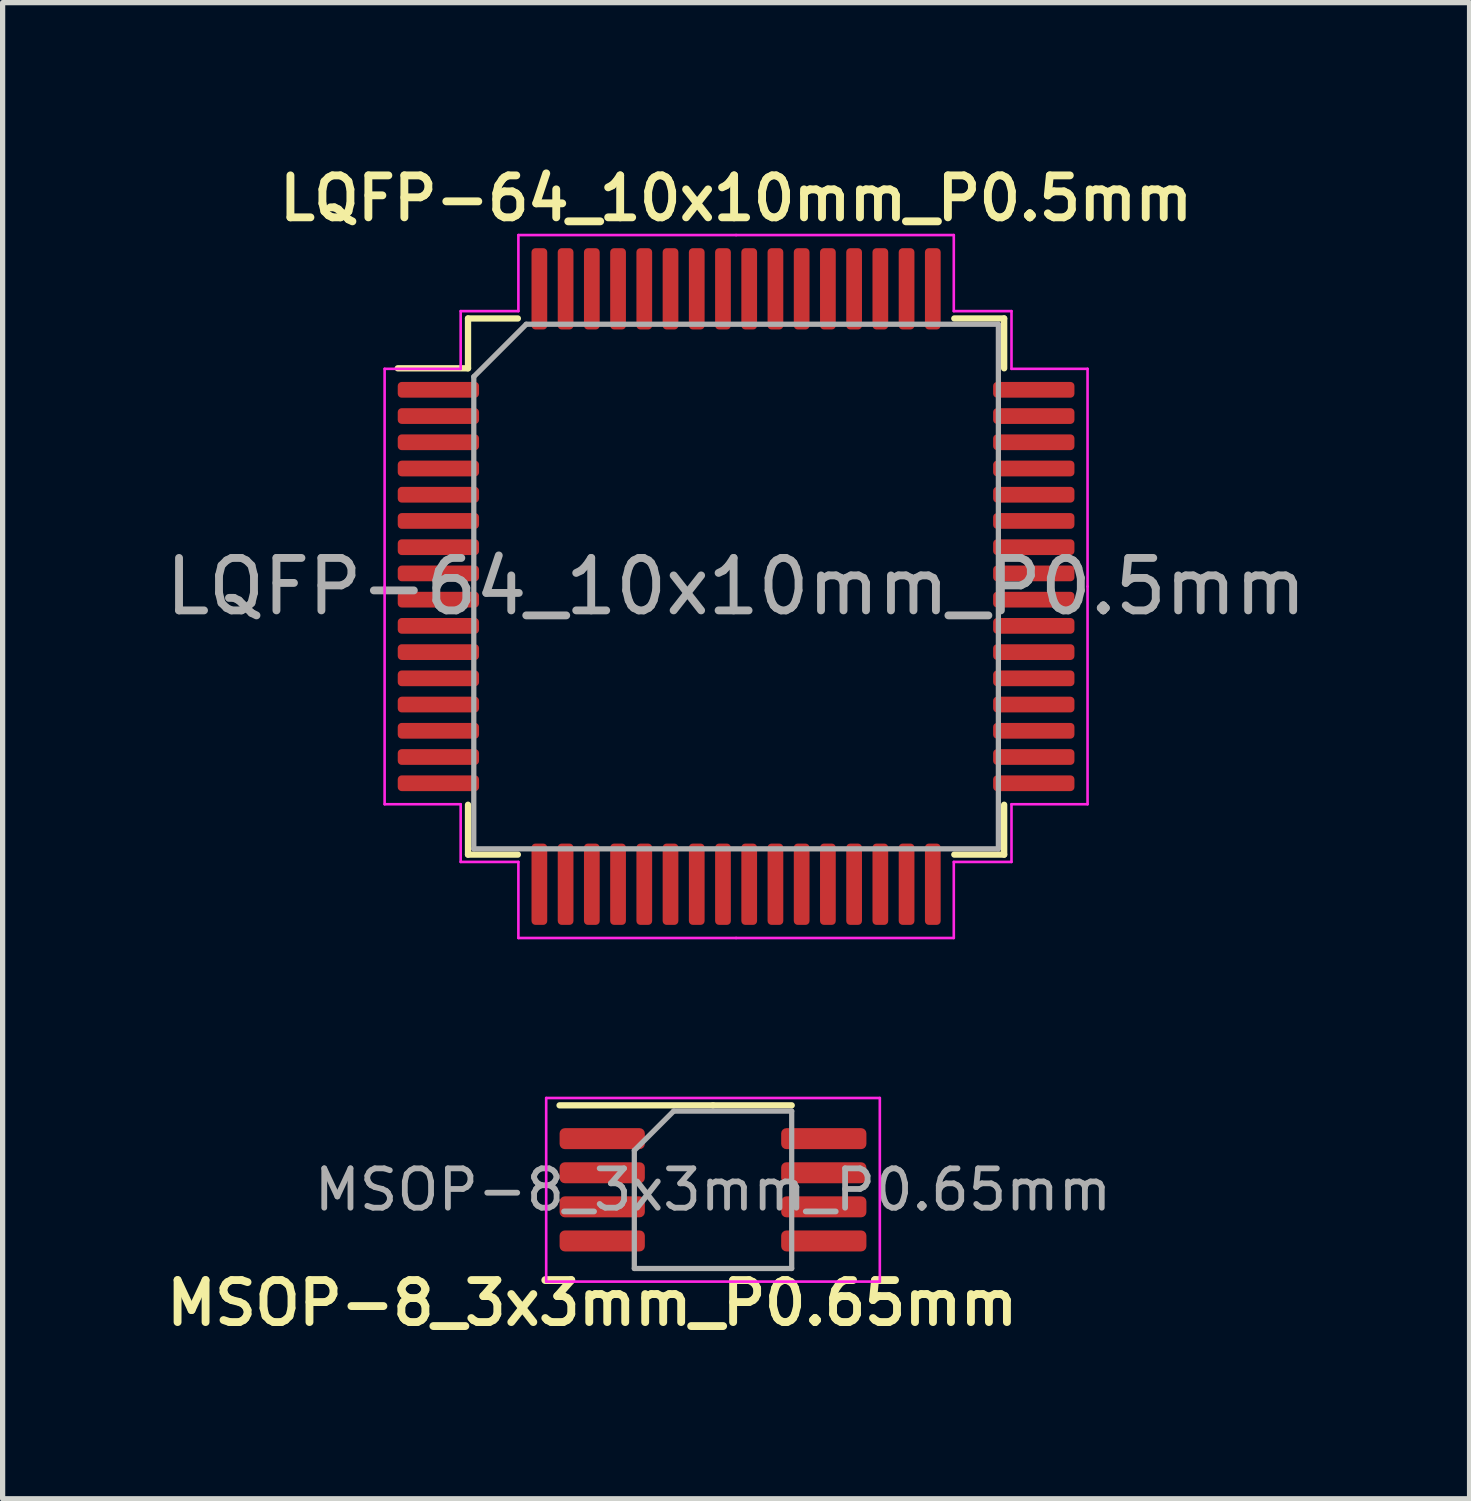
<source format=kicad_pcb>
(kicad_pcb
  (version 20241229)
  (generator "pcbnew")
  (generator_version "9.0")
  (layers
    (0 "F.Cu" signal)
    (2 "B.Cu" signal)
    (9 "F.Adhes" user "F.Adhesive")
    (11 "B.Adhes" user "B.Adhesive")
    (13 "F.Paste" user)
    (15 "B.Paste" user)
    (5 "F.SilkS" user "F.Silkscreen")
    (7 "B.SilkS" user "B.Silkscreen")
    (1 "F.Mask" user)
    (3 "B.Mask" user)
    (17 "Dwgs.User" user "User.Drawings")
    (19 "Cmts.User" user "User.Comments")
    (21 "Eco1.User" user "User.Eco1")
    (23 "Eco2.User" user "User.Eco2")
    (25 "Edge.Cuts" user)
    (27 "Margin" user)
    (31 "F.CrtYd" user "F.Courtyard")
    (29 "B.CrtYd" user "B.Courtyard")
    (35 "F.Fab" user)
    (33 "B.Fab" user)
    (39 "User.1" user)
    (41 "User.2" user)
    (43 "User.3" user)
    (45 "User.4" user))
  (footprint "MSOP-8_3x3mm_P0.65mm"
    (layer "F.Cu")
    (at 10.542 19.631)
    (property "Reference" "MSOP-8_3x3mm_P0.65mm" (at -2.302 2.159 0) (layer "F.SilkS") (effects (font (size 0.8 0.8) (thickness 0.15))))
    (attr smd)
    (fp_line (start 0 -1.61) (end -2.925 -1.61) (stroke (width 0.12) (type solid)) (layer "F.SilkS"))
    (fp_line (start 0 -1.61) (end 1.5 -1.61) (stroke (width 0.12) (type solid)) (layer "F.SilkS"))
    (fp_line (start -3.18 -1.75) (end -3.18 1.75) (stroke (width 0.05) (type solid)) (layer "F.CrtYd"))
    (fp_line (start -3.18 1.75) (end 3.18 1.75) (stroke (width 0.05) (type solid)) (layer "F.CrtYd"))
    (fp_line (start 3.18 -1.75) (end -3.18 -1.75) (stroke (width 0.05) (type solid)) (layer "F.CrtYd"))
    (fp_line (start 3.18 1.75) (end 3.18 -1.75) (stroke (width 0.05) (type solid)) (layer "F.CrtYd"))
    (fp_line (start -1.5 -0.75) (end -0.75 -1.5) (stroke (width 0.1) (type solid)) (layer "F.Fab"))
    (fp_line (start -1.5 1.5) (end -1.5 -0.75) (stroke (width 0.1) (type solid)) (layer "F.Fab"))
    (fp_line (start -0.75 -1.5) (end 1.5 -1.5) (stroke (width 0.1) (type solid)) (layer "F.Fab"))
    (fp_line (start 1.5 -1.5) (end 1.5 1.5) (stroke (width 0.1) (type solid)) (layer "F.Fab"))
    (fp_line (start 1.5 1.5) (end -1.5 1.5) (stroke (width 0.1) (type solid)) (layer "F.Fab"))
    (fp_text user "${REFERENCE}" (at 0 0 0) (layer "F.Fab") (effects (font (size 0.75 0.75) (thickness 0.11))))
    (pad "1" smd roundrect (at -2.112 -0.975) (size 1.625 0.4) (layers "F.Cu" "F.Mask" "F.Paste") (roundrect_rratio 0.25))
    (pad "2" smd roundrect (at -2.112 -0.325) (size 1.625 0.4) (layers "F.Cu" "F.Mask" "F.Paste") (roundrect_rratio 0.25))
    (pad "3" smd roundrect (at -2.112 0.325) (size 1.625 0.4) (layers "F.Cu" "F.Mask" "F.Paste") (roundrect_rratio 0.25))
    (pad "4" smd roundrect (at -2.112 0.975) (size 1.625 0.4) (layers "F.Cu" "F.Mask" "F.Paste") (roundrect_rratio 0.25))
    (pad "5" smd roundrect (at 2.112 0.975) (size 1.625 0.4) (layers "F.Cu" "F.Mask" "F.Paste") (roundrect_rratio 0.25))
    (pad "6" smd roundrect (at 2.112 0.325) (size 1.625 0.4) (layers "F.Cu" "F.Mask" "F.Paste") (roundrect_rratio 0.25))
    (pad "7" smd roundrect (at 2.112 -0.325) (size 1.625 0.4) (layers "F.Cu" "F.Mask" "F.Paste") (roundrect_rratio 0.25))
    (pad "8" smd roundrect (at 2.112 -0.975) (size 1.625 0.4) (layers "F.Cu" "F.Mask" "F.Paste") (roundrect_rratio 0.25)))
  (footprint "LQFP-64_10x10mm_P0.5mm"
    (layer "F.Cu")
    (at 10.982 8.131)
    (property "Reference" "LQFP-64_10x10mm_P0.5mm" (at 0 -7.4 0) (layer "F.SilkS") (effects (font (size 0.8 0.8) (thickness 0.15))))
    (attr smd)
    (fp_line (start -5.11 -5.11) (end -5.11 -4.16) (stroke (width 0.12) (type solid)) (layer "F.SilkS"))
    (fp_line (start -5.11 -4.16) (end -6.45 -4.16) (stroke (width 0.12) (type solid)) (layer "F.SilkS"))
    (fp_line (start -5.11 5.11) (end -5.11 4.16) (stroke (width 0.12) (type solid)) (layer "F.SilkS"))
    (fp_line (start -4.16 -5.11) (end -5.11 -5.11) (stroke (width 0.12) (type solid)) (layer "F.SilkS"))
    (fp_line (start -4.16 5.11) (end -5.11 5.11) (stroke (width 0.12) (type solid)) (layer "F.SilkS"))
    (fp_line (start 4.16 -5.11) (end 5.11 -5.11) (stroke (width 0.12) (type solid)) (layer "F.SilkS"))
    (fp_line (start 4.16 5.11) (end 5.11 5.11) (stroke (width 0.12) (type solid)) (layer "F.SilkS"))
    (fp_line (start 5.11 -5.11) (end 5.11 -4.16) (stroke (width 0.12) (type solid)) (layer "F.SilkS"))
    (fp_line (start 5.11 5.11) (end 5.11 4.16) (stroke (width 0.12) (type solid)) (layer "F.SilkS"))
    (fp_line (start -6.7 -4.15) (end -6.7 0) (stroke (width 0.05) (type solid)) (layer "F.CrtYd"))
    (fp_line (start -6.7 4.15) (end -6.7 0) (stroke (width 0.05) (type solid)) (layer "F.CrtYd"))
    (fp_line (start -5.25 -5.25) (end -5.25 -4.15) (stroke (width 0.05) (type solid)) (layer "F.CrtYd"))
    (fp_line (start -5.25 -4.15) (end -6.7 -4.15) (stroke (width 0.05) (type solid)) (layer "F.CrtYd"))
    (fp_line (start -5.25 4.15) (end -6.7 4.15) (stroke (width 0.05) (type solid)) (layer "F.CrtYd"))
    (fp_line (start -5.25 5.25) (end -5.25 4.15) (stroke (width 0.05) (type solid)) (layer "F.CrtYd"))
    (fp_line (start -4.15 -6.7) (end -4.15 -5.25) (stroke (width 0.05) (type solid)) (layer "F.CrtYd"))
    (fp_line (start -4.15 -5.25) (end -5.25 -5.25) (stroke (width 0.05) (type solid)) (layer "F.CrtYd"))
    (fp_line (start -4.15 5.25) (end -5.25 5.25) (stroke (width 0.05) (type solid)) (layer "F.CrtYd"))
    (fp_line (start -4.15 6.7) (end -4.15 5.25) (stroke (width 0.05) (type solid)) (layer "F.CrtYd"))
    (fp_line (start 0 -6.7) (end -4.15 -6.7) (stroke (width 0.05) (type solid)) (layer "F.CrtYd"))
    (fp_line (start 0 -6.7) (end 4.15 -6.7) (stroke (width 0.05) (type solid)) (layer "F.CrtYd"))
    (fp_line (start 0 6.7) (end -4.15 6.7) (stroke (width 0.05) (type solid)) (layer "F.CrtYd"))
    (fp_line (start 0 6.7) (end 4.15 6.7) (stroke (width 0.05) (type solid)) (layer "F.CrtYd"))
    (fp_line (start 4.15 -6.7) (end 4.15 -5.25) (stroke (width 0.05) (type solid)) (layer "F.CrtYd"))
    (fp_line (start 4.15 -5.25) (end 5.25 -5.25) (stroke (width 0.05) (type solid)) (layer "F.CrtYd"))
    (fp_line (start 4.15 5.25) (end 5.25 5.25) (stroke (width 0.05) (type solid)) (layer "F.CrtYd"))
    (fp_line (start 4.15 6.7) (end 4.15 5.25) (stroke (width 0.05) (type solid)) (layer "F.CrtYd"))
    (fp_line (start 5.25 -5.25) (end 5.25 -4.15) (stroke (width 0.05) (type solid)) (layer "F.CrtYd"))
    (fp_line (start 5.25 -4.15) (end 6.7 -4.15) (stroke (width 0.05) (type solid)) (layer "F.CrtYd"))
    (fp_line (start 5.25 4.15) (end 6.7 4.15) (stroke (width 0.05) (type solid)) (layer "F.CrtYd"))
    (fp_line (start 5.25 5.25) (end 5.25 4.15) (stroke (width 0.05) (type solid)) (layer "F.CrtYd"))
    (fp_line (start 6.7 -4.15) (end 6.7 0) (stroke (width 0.05) (type solid)) (layer "F.CrtYd"))
    (fp_line (start 6.7 4.15) (end 6.7 0) (stroke (width 0.05) (type solid)) (layer "F.CrtYd"))
    (fp_line (start -5 -4) (end -4 -5) (stroke (width 0.1) (type solid)) (layer "F.Fab"))
    (fp_line (start -5 5) (end -5 -4) (stroke (width 0.1) (type solid)) (layer "F.Fab"))
    (fp_line (start -4 -5) (end 5 -5) (stroke (width 0.1) (type solid)) (layer "F.Fab"))
    (fp_line (start 5 -5) (end 5 5) (stroke (width 0.1) (type solid)) (layer "F.Fab"))
    (fp_line (start 5 5) (end -5 5) (stroke (width 0.1) (type solid)) (layer "F.Fab"))
    (fp_text user "${REFERENCE}" (at 0 0 0) (layer "F.Fab") (effects (font (size 1 1) (thickness 0.15))))
    (pad "1" smd roundrect (at -5.675 -3.75) (size 1.55 0.3) (layers "F.Cu" "F.Mask" "F.Paste") (roundrect_rratio 0.25))
    (pad "2" smd roundrect (at -5.675 -3.25) (size 1.55 0.3) (layers "F.Cu" "F.Mask" "F.Paste") (roundrect_rratio 0.25))
    (pad "3" smd roundrect (at -5.675 -2.75) (size 1.55 0.3) (layers "F.Cu" "F.Mask" "F.Paste") (roundrect_rratio 0.25))
    (pad "4" smd roundrect (at -5.675 -2.25) (size 1.55 0.3) (layers "F.Cu" "F.Mask" "F.Paste") (roundrect_rratio 0.25))
    (pad "5" smd roundrect (at -5.675 -1.75) (size 1.55 0.3) (layers "F.Cu" "F.Mask" "F.Paste") (roundrect_rratio 0.25))
    (pad "6" smd roundrect (at -5.675 -1.25) (size 1.55 0.3) (layers "F.Cu" "F.Mask" "F.Paste") (roundrect_rratio 0.25))
    (pad "7" smd roundrect (at -5.675 -0.75) (size 1.55 0.3) (layers "F.Cu" "F.Mask" "F.Paste") (roundrect_rratio 0.25))
    (pad "8" smd roundrect (at -5.675 -0.25) (size 1.55 0.3) (layers "F.Cu" "F.Mask" "F.Paste") (roundrect_rratio 0.25))
    (pad "9" smd roundrect (at -5.675 0.25) (size 1.55 0.3) (layers "F.Cu" "F.Mask" "F.Paste") (roundrect_rratio 0.25))
    (pad "10" smd roundrect (at -5.675 0.75) (size 1.55 0.3) (layers "F.Cu" "F.Mask" "F.Paste") (roundrect_rratio 0.25))
    (pad "11" smd roundrect (at -5.675 1.25) (size 1.55 0.3) (layers "F.Cu" "F.Mask" "F.Paste") (roundrect_rratio 0.25))
    (pad "12" smd roundrect (at -5.675 1.75) (size 1.55 0.3) (layers "F.Cu" "F.Mask" "F.Paste") (roundrect_rratio 0.25))
    (pad "13" smd roundrect (at -5.675 2.25) (size 1.55 0.3) (layers "F.Cu" "F.Mask" "F.Paste") (roundrect_rratio 0.25))
    (pad "14" smd roundrect (at -5.675 2.75) (size 1.55 0.3) (layers "F.Cu" "F.Mask" "F.Paste") (roundrect_rratio 0.25))
    (pad "15" smd roundrect (at -5.675 3.25) (size 1.55 0.3) (layers "F.Cu" "F.Mask" "F.Paste") (roundrect_rratio 0.25))
    (pad "16" smd roundrect (at -5.675 3.75) (size 1.55 0.3) (layers "F.Cu" "F.Mask" "F.Paste") (roundrect_rratio 0.25))
    (pad "17" smd roundrect (at -3.75 5.675) (size 0.3 1.55) (layers "F.Cu" "F.Mask" "F.Paste") (roundrect_rratio 0.25))
    (pad "18" smd roundrect (at -3.25 5.675) (size 0.3 1.55) (layers "F.Cu" "F.Mask" "F.Paste") (roundrect_rratio 0.25))
    (pad "19" smd roundrect (at -2.75 5.675) (size 0.3 1.55) (layers "F.Cu" "F.Mask" "F.Paste") (roundrect_rratio 0.25))
    (pad "20" smd roundrect (at -2.25 5.675) (size 0.3 1.55) (layers "F.Cu" "F.Mask" "F.Paste") (roundrect_rratio 0.25))
    (pad "21" smd roundrect (at -1.75 5.675) (size 0.3 1.55) (layers "F.Cu" "F.Mask" "F.Paste") (roundrect_rratio 0.25))
    (pad "22" smd roundrect (at -1.25 5.675) (size 0.3 1.55) (layers "F.Cu" "F.Mask" "F.Paste") (roundrect_rratio 0.25))
    (pad "23" smd roundrect (at -0.75 5.675) (size 0.3 1.55) (layers "F.Cu" "F.Mask" "F.Paste") (roundrect_rratio 0.25))
    (pad "24" smd roundrect (at -0.25 5.675) (size 0.3 1.55) (layers "F.Cu" "F.Mask" "F.Paste") (roundrect_rratio 0.25))
    (pad "25" smd roundrect (at 0.25 5.675) (size 0.3 1.55) (layers "F.Cu" "F.Mask" "F.Paste") (roundrect_rratio 0.25))
    (pad "26" smd roundrect (at 0.75 5.675) (size 0.3 1.55) (layers "F.Cu" "F.Mask" "F.Paste") (roundrect_rratio 0.25))
    (pad "27" smd roundrect (at 1.25 5.675) (size 0.3 1.55) (layers "F.Cu" "F.Mask" "F.Paste") (roundrect_rratio 0.25))
    (pad "28" smd roundrect (at 1.75 5.675) (size 0.3 1.55) (layers "F.Cu" "F.Mask" "F.Paste") (roundrect_rratio 0.25))
    (pad "29" smd roundrect (at 2.25 5.675) (size 0.3 1.55) (layers "F.Cu" "F.Mask" "F.Paste") (roundrect_rratio 0.25))
    (pad "30" smd roundrect (at 2.75 5.675) (size 0.3 1.55) (layers "F.Cu" "F.Mask" "F.Paste") (roundrect_rratio 0.25))
    (pad "31" smd roundrect (at 3.25 5.675) (size 0.3 1.55) (layers "F.Cu" "F.Mask" "F.Paste") (roundrect_rratio 0.25))
    (pad "32" smd roundrect (at 3.75 5.675) (size 0.3 1.55) (layers "F.Cu" "F.Mask" "F.Paste") (roundrect_rratio 0.25))
    (pad "33" smd roundrect (at 5.675 3.75) (size 1.55 0.3) (layers "F.Cu" "F.Mask" "F.Paste") (roundrect_rratio 0.25))
    (pad "34" smd roundrect (at 5.675 3.25) (size 1.55 0.3) (layers "F.Cu" "F.Mask" "F.Paste") (roundrect_rratio 0.25))
    (pad "35" smd roundrect (at 5.675 2.75) (size 1.55 0.3) (layers "F.Cu" "F.Mask" "F.Paste") (roundrect_rratio 0.25))
    (pad "36" smd roundrect (at 5.675 2.25) (size 1.55 0.3) (layers "F.Cu" "F.Mask" "F.Paste") (roundrect_rratio 0.25))
    (pad "37" smd roundrect (at 5.675 1.75) (size 1.55 0.3) (layers "F.Cu" "F.Mask" "F.Paste") (roundrect_rratio 0.25))
    (pad "38" smd roundrect (at 5.675 1.25) (size 1.55 0.3) (layers "F.Cu" "F.Mask" "F.Paste") (roundrect_rratio 0.25))
    (pad "39" smd roundrect (at 5.675 0.75) (size 1.55 0.3) (layers "F.Cu" "F.Mask" "F.Paste") (roundrect_rratio 0.25))
    (pad "40" smd roundrect (at 5.675 0.25) (size 1.55 0.3) (layers "F.Cu" "F.Mask" "F.Paste") (roundrect_rratio 0.25))
    (pad "41" smd roundrect (at 5.675 -0.25) (size 1.55 0.3) (layers "F.Cu" "F.Mask" "F.Paste") (roundrect_rratio 0.25))
    (pad "42" smd roundrect (at 5.675 -0.75) (size 1.55 0.3) (layers "F.Cu" "F.Mask" "F.Paste") (roundrect_rratio 0.25))
    (pad "43" smd roundrect (at 5.675 -1.25) (size 1.55 0.3) (layers "F.Cu" "F.Mask" "F.Paste") (roundrect_rratio 0.25))
    (pad "44" smd roundrect (at 5.675 -1.75) (size 1.55 0.3) (layers "F.Cu" "F.Mask" "F.Paste") (roundrect_rratio 0.25))
    (pad "45" smd roundrect (at 5.675 -2.25) (size 1.55 0.3) (layers "F.Cu" "F.Mask" "F.Paste") (roundrect_rratio 0.25))
    (pad "46" smd roundrect (at 5.675 -2.75) (size 1.55 0.3) (layers "F.Cu" "F.Mask" "F.Paste") (roundrect_rratio 0.25))
    (pad "47" smd roundrect (at 5.675 -3.25) (size 1.55 0.3) (layers "F.Cu" "F.Mask" "F.Paste") (roundrect_rratio 0.25))
    (pad "48" smd roundrect (at 5.675 -3.75) (size 1.55 0.3) (layers "F.Cu" "F.Mask" "F.Paste") (roundrect_rratio 0.25))
    (pad "49" smd roundrect (at 3.75 -5.675) (size 0.3 1.55) (layers "F.Cu" "F.Mask" "F.Paste") (roundrect_rratio 0.25))
    (pad "50" smd roundrect (at 3.25 -5.675) (size 0.3 1.55) (layers "F.Cu" "F.Mask" "F.Paste") (roundrect_rratio 0.25))
    (pad "51" smd roundrect (at 2.75 -5.675) (size 0.3 1.55) (layers "F.Cu" "F.Mask" "F.Paste") (roundrect_rratio 0.25))
    (pad "52" smd roundrect (at 2.25 -5.675) (size 0.3 1.55) (layers "F.Cu" "F.Mask" "F.Paste") (roundrect_rratio 0.25))
    (pad "53" smd roundrect (at 1.75 -5.675) (size 0.3 1.55) (layers "F.Cu" "F.Mask" "F.Paste") (roundrect_rratio 0.25))
    (pad "54" smd roundrect (at 1.25 -5.675) (size 0.3 1.55) (layers "F.Cu" "F.Mask" "F.Paste") (roundrect_rratio 0.25))
    (pad "55" smd roundrect (at 0.75 -5.675) (size 0.3 1.55) (layers "F.Cu" "F.Mask" "F.Paste") (roundrect_rratio 0.25))
    (pad "56" smd roundrect (at 0.25 -5.675) (size 0.3 1.55) (layers "F.Cu" "F.Mask" "F.Paste") (roundrect_rratio 0.25))
    (pad "57" smd roundrect (at -0.25 -5.675) (size 0.3 1.55) (layers "F.Cu" "F.Mask" "F.Paste") (roundrect_rratio 0.25))
    (pad "58" smd roundrect (at -0.75 -5.675) (size 0.3 1.55) (layers "F.Cu" "F.Mask" "F.Paste") (roundrect_rratio 0.25))
    (pad "59" smd roundrect (at -1.25 -5.675) (size 0.3 1.55) (layers "F.Cu" "F.Mask" "F.Paste") (roundrect_rratio 0.25))
    (pad "60" smd roundrect (at -1.75 -5.675) (size 0.3 1.55) (layers "F.Cu" "F.Mask" "F.Paste") (roundrect_rratio 0.25))
    (pad "61" smd roundrect (at -2.25 -5.675) (size 0.3 1.55) (layers "F.Cu" "F.Mask" "F.Paste") (roundrect_rratio 0.25))
    (pad "62" smd roundrect (at -2.75 -5.675) (size 0.3 1.55) (layers "F.Cu" "F.Mask" "F.Paste") (roundrect_rratio 0.25))
    (pad "63" smd roundrect (at -3.25 -5.675) (size 0.3 1.55) (layers "F.Cu" "F.Mask" "F.Paste") (roundrect_rratio 0.25))
    (pad "64" smd roundrect (at -3.75 -5.675) (size 0.3 1.55) (layers "F.Cu" "F.Mask" "F.Paste") (roundrect_rratio 0.25)))
  (gr_rect
    (start -3 -3)
    (end 24.964 25.521)
    (stroke (width 0.1) (type default))
    (fill no)
    (layer "Edge.Cuts")))
</source>
